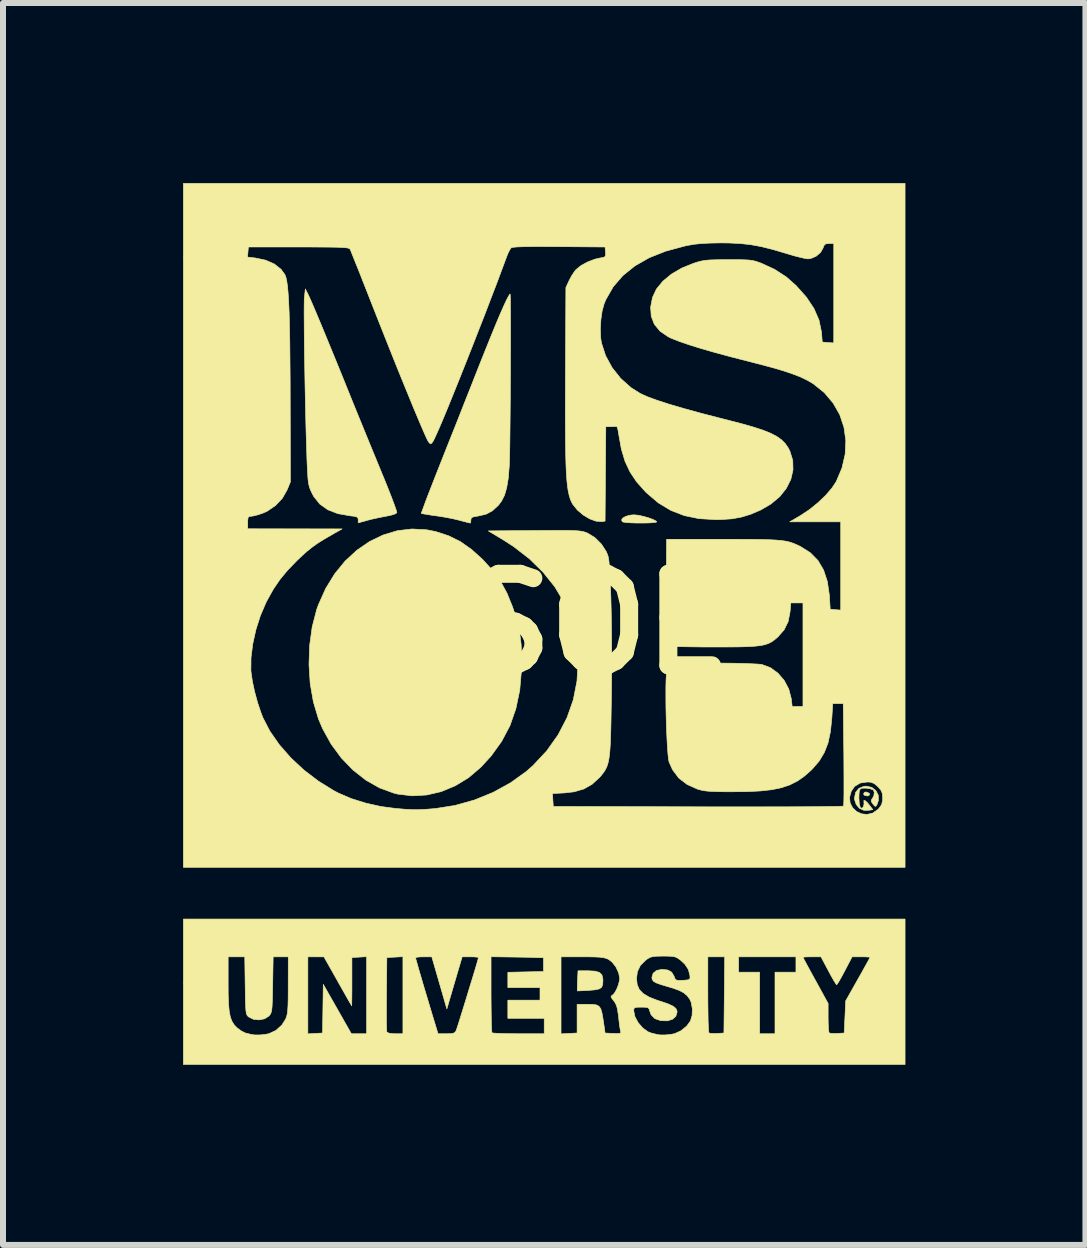
<source format=kicad_pcb>
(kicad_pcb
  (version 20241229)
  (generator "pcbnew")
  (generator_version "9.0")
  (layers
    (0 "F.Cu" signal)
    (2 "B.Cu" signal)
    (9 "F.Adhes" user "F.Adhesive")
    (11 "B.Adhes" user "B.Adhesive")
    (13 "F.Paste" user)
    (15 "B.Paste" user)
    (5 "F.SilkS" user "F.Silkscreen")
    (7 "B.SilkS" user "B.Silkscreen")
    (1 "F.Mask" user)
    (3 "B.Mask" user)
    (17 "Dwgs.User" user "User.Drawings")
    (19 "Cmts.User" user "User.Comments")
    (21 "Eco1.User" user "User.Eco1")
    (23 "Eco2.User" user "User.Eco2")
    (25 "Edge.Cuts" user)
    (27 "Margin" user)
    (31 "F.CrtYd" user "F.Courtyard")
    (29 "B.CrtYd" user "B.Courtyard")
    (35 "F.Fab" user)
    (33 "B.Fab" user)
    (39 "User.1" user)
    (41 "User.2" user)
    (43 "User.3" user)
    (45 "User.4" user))
  (footprint "MSOE"
    (layer "F.Cu")
    (at 6.017 7.345)
    (property "Reference" "MSOE" (at 0 0 0) (layer "F.SilkS") (effects (font (size 1.524 1.524) (thickness 0.3))))
    (attr through_hole)
    (fp_poly (pts (xy 5.412 2.819) (xy 5.423 2.844) (xy 5.401 2.863) (xy 5.377 2.866) (xy 5.331 2.853) (xy 5.321 2.83) (xy 5.339 2.803) (xy 5.368 2.801) (xy 5.412 2.819)) (stroke (width 0.01) (type solid)) (fill yes) (layer "F.SilkS"))
    (fp_poly (pts (xy 0.845 5.785) (xy 0.919 5.806) (xy 0.961 5.847) (xy 0.977 5.912) (xy 0.978 5.944) (xy 0.974 6.011) (xy 0.955 6.056) (xy 0.913 6.082) (xy 0.841 6.097) (xy 0.745 6.105) (xy 0.657 6.11) (xy 0.59 6.113) (xy 0.554 6.114) (xy 0.551 6.113) (xy 0.551 6.09) (xy 0.552 6.032) (xy 0.555 5.952) (xy 0.555 5.944) (xy 0.563 5.779) (xy 0.732 5.779) (xy 0.845 5.785)) (stroke (width 0.01) (type solid)) (fill yes) (layer "F.SilkS"))
    (fp_poly (pts (xy 1.565 -1.811) (xy 1.653 -1.792) (xy 1.741 -1.767) (xy 1.817 -1.739) (xy 1.866 -1.712) (xy 1.875 -1.702) (xy 1.86 -1.693) (xy 1.808 -1.687) (xy 1.731 -1.682) (xy 1.638 -1.681) (xy 1.54 -1.681) (xy 1.447 -1.684) (xy 1.37 -1.689) (xy 1.318 -1.697) (xy 1.305 -1.701) (xy 1.288 -1.731) (xy 1.308 -1.763) (xy 1.356 -1.791) (xy 1.425 -1.811) (xy 1.493 -1.818) (xy 1.565 -1.811)) (stroke (width 0.01) (type solid)) (fill yes) (layer "F.SilkS"))
    (fp_poly (pts (xy 5.457 2.723) (xy 5.525 2.776) (xy 5.565 2.852) (xy 5.568 2.94) (xy 5.545 3.009) (xy 5.525 3.039) (xy 5.507 3.035) (xy 5.477 3.001) (xy 5.449 2.959) (xy 5.452 2.929) (xy 5.466 2.911) (xy 5.492 2.863) (xy 5.499 2.808) (xy 5.486 2.768) (xy 5.48 2.764) (xy 5.429 2.746) (xy 5.359 2.736) (xy 5.296 2.737) (xy 5.284 2.74) (xy 5.261 2.756) (xy 5.248 2.792) (xy 5.244 2.86) (xy 5.243 2.901) (xy 5.249 2.994) (xy 5.264 3.053) (xy 5.286 3.074) (xy 5.314 3.052) (xy 5.316 3.05) (xy 5.329 3) (xy 5.327 2.977) (xy 5.326 2.941) (xy 5.347 2.944) (xy 5.388 2.982) (xy 5.414 3.015) (xy 5.475 3.094) (xy 5.423 3.103) (xy 5.357 3.107) (xy 5.322 3.104) (xy 5.252 3.072) (xy 5.198 3.008) (xy 5.17 2.925) (xy 5.169 2.901) (xy 5.188 2.807) (xy 5.243 2.74) (xy 5.327 2.706) (xy 5.365 2.703) (xy 5.457 2.723)) (stroke (width 0.01) (type solid)) (fill yes) (layer "F.SilkS"))
    (fp_poly (pts (xy -1.956 -1.568) (xy -1.809 -1.539) (xy -1.592 -1.468) (xy -1.396 -1.371) (xy -1.21 -1.24) (xy -1.025 -1.073) (xy -0.861 -0.892) (xy -0.728 -0.71) (xy -0.62 -0.512) (xy -0.528 -0.285) (xy -0.5 -0.202) (xy -0.444 -0.013) (xy -0.406 0.165) (xy -0.384 0.346) (xy -0.376 0.544) (xy -0.379 0.768) (xy -0.408 1.105) (xy -0.472 1.412) (xy -0.571 1.695) (xy -0.709 1.956) (xy -0.885 2.201) (xy -1.058 2.389) (xy -1.261 2.562) (xy -1.483 2.697) (xy -1.717 2.794) (xy -1.958 2.85) (xy -2.201 2.864) (xy -2.442 2.835) (xy -2.502 2.82) (xy -2.743 2.732) (xy -2.972 2.602) (xy -3.186 2.434) (xy -3.38 2.233) (xy -3.55 2.002) (xy -3.691 1.747) (xy -3.762 1.58) (xy -3.846 1.298) (xy -3.899 0.993) (xy -3.919 0.676) (xy -3.908 0.357) (xy -3.865 0.047) (xy -3.79 -0.242) (xy -3.762 -0.319) (xy -3.64 -0.591) (xy -3.491 -0.834) (xy -3.317 -1.047) (xy -3.122 -1.227) (xy -2.91 -1.373) (xy -2.683 -1.482) (xy -2.447 -1.553) (xy -2.203 -1.582) (xy -1.956 -1.568)) (stroke (width 0.01) (type solid)) (fill yes) (layer "F.SilkS"))
    (fp_poly (pts (xy -3.938 -5.499) (xy -3.911 -5.441) (xy -3.868 -5.344) (xy -3.81 -5.208) (xy -3.739 -5.039) (xy -3.656 -4.839) (xy -3.562 -4.61) (xy -3.458 -4.357) (xy -3.346 -4.081) (xy -3.276 -3.908) (xy -3.191 -3.697) (xy -3.093 -3.457) (xy -2.99 -3.205) (xy -2.887 -2.953) (xy -2.79 -2.718) (xy -2.725 -2.559) (xy -2.656 -2.392) (xy -2.594 -2.237) (xy -2.541 -2.102) (xy -2.499 -1.99) (xy -2.47 -1.908) (xy -2.456 -1.861) (xy -2.456 -1.852) (xy -2.482 -1.834) (xy -2.543 -1.814) (xy -2.625 -1.796) (xy -2.637 -1.794) (xy -2.75 -1.772) (xy -2.869 -1.746) (xy -2.954 -1.724) (xy -3.099 -1.684) (xy -3.099 -1.736) (xy -3.104 -1.766) (xy -3.127 -1.784) (xy -3.178 -1.795) (xy -3.233 -1.801) (xy -3.437 -1.837) (xy -3.604 -1.901) (xy -3.738 -1.996) (xy -3.839 -2.122) (xy -3.859 -2.159) (xy -3.889 -2.22) (xy -3.91 -2.274) (xy -3.925 -2.334) (xy -3.935 -2.409) (xy -3.942 -2.512) (xy -3.947 -2.612) (xy -3.953 -2.743) (xy -3.958 -2.905) (xy -3.964 -3.092) (xy -3.97 -3.299) (xy -3.975 -3.521) (xy -3.98 -3.752) (xy -3.985 -3.987) (xy -3.989 -4.222) (xy -3.993 -4.45) (xy -3.996 -4.667) (xy -3.998 -4.867) (xy -3.999 -5.046) (xy -4 -5.197) (xy -3.999 -5.316) (xy -3.998 -5.397) (xy -3.996 -5.429) (xy -3.98 -5.581) (xy -3.938 -5.499)) (stroke (width 0.01) (type solid)) (fill yes) (layer "F.SilkS"))
    (fp_poly (pts (xy -0.566 -5.478) (xy -0.564 -5.416) (xy -0.563 -5.318) (xy -0.562 -5.187) (xy -0.561 -5.028) (xy -0.561 -4.847) (xy -0.561 -4.648) (xy -0.562 -4.436) (xy -0.562 -4.215) (xy -0.564 -3.991) (xy -0.565 -3.767) (xy -0.567 -3.55) (xy -0.569 -3.343) (xy -0.571 -3.152) (xy -0.573 -2.981) (xy -0.576 -2.835) (xy -0.579 -2.719) (xy -0.582 -2.637) (xy -0.583 -2.622) (xy -0.599 -2.426) (xy -0.625 -2.27) (xy -0.661 -2.145) (xy -0.711 -2.046) (xy -0.762 -1.978) (xy -0.863 -1.885) (xy -0.969 -1.828) (xy -1.098 -1.798) (xy -1.106 -1.797) (xy -1.176 -1.785) (xy -1.211 -1.77) (xy -1.221 -1.743) (xy -1.222 -1.73) (xy -1.225 -1.69) (xy -1.233 -1.68) (xy -1.261 -1.687) (xy -1.321 -1.702) (xy -1.401 -1.723) (xy -1.41 -1.726) (xy -1.519 -1.752) (xy -1.647 -1.777) (xy -1.759 -1.795) (xy -1.854 -1.808) (xy -1.937 -1.821) (xy -1.991 -1.83) (xy -1.998 -1.831) (xy -2.049 -1.841) (xy -1.979 -2.033) (xy -1.951 -2.107) (xy -1.909 -2.215) (xy -1.856 -2.351) (xy -1.795 -2.507) (xy -1.729 -2.674) (xy -1.662 -2.843) (xy -1.585 -3.038) (xy -1.5 -3.25) (xy -1.414 -3.467) (xy -1.332 -3.676) (xy -1.258 -3.863) (xy -1.219 -3.961) (xy -1.093 -4.281) (xy -0.982 -4.559) (xy -0.886 -4.797) (xy -0.804 -4.997) (xy -0.735 -5.16) (xy -0.678 -5.29) (xy -0.633 -5.387) (xy -0.598 -5.454) (xy -0.574 -5.492) (xy -0.569 -5.498) (xy -0.566 -5.478)) (stroke (width 0.01) (type solid)) (fill yes) (layer "F.SilkS"))
    (fp_poly (pts (xy 6.012 7.34) (xy -6.012 7.34) (xy -6.012 5.546) (xy -5.266 5.546) (xy -5.266 5.985) (xy -5.265 6.179) (xy -5.259 6.333) (xy -5.248 6.453) (xy -5.23 6.546) (xy -5.204 6.618) (xy -5.168 6.676) (xy -5.122 6.725) (xy -5.114 6.732) (xy -5.05 6.779) (xy -4.987 6.812) (xy -4.969 6.818) (xy -4.914 6.831) (xy -4.882 6.84) (xy -4.823 6.848) (xy -4.739 6.848) (xy -4.65 6.839) (xy -4.586 6.827) (xy -4.469 6.772) (xy -4.37 6.682) (xy -4.308 6.584) (xy -4.293 6.546) (xy -4.282 6.501) (xy -4.274 6.442) (xy -4.269 6.362) (xy -4.266 6.253) (xy -4.265 6.109) (xy -4.265 6.018) (xy -4.264 5.546) (xy -3.938 5.546) (xy -3.938 6.83) (xy -3.816 6.823) (xy -3.693 6.816) (xy -3.681 6.005) (xy -3.447 6.416) (xy -3.213 6.828) (xy -2.959 6.828) (xy -2.959 6.477) (xy -2.629 6.477) (xy -2.629 6.606) (xy -2.627 6.707) (xy -2.625 6.773) (xy -2.623 6.798) (xy -2.591 6.817) (xy -2.519 6.827) (xy -2.482 6.828) (xy -2.354 6.828) (xy -2.354 5.561) (xy -2.144 5.561) (xy -2.137 5.588) (xy -2.119 5.652) (xy -2.092 5.749) (xy -2.056 5.871) (xy -2.015 6.012) (xy -1.969 6.165) (xy -1.921 6.326) (xy -1.873 6.486) (xy -1.838 6.601) (xy -1.769 6.828) (xy -1.63 6.828) (xy -1.55 6.826) (xy -1.504 6.816) (xy -1.479 6.796) (xy -1.468 6.775) (xy -1.456 6.742) (xy -1.433 6.672) (xy -1.402 6.574) (xy -1.365 6.454) (xy -1.323 6.319) (xy -1.279 6.176) (xy -1.278 6.171) (xy -0.886 6.171) (xy -0.885 6.337) (xy -0.883 6.488) (xy -0.881 6.617) (xy -0.878 6.718) (xy -0.874 6.785) (xy -0.87 6.812) (xy -0.87 6.812) (xy -0.843 6.817) (xy -0.777 6.821) (xy -0.679 6.825) (xy -0.558 6.827) (xy -0.427 6.828) (xy 0 6.828) (xy 0 6.571) (xy -0.606 6.571) (xy -0.606 6.268) (xy -0.07 6.268) (xy -0.07 6.059) (xy -0.606 6.059) (xy -0.606 5.804) (xy -0.012 5.791) (xy -0.012 5.558) (xy -0.449 5.551) (xy -0.815 5.546) (xy 0.28 5.546) (xy 0.28 6.83) (xy 0.414 6.823) (xy 0.548 6.816) (xy 0.548 6.338) (xy 0.715 6.338) (xy 0.803 6.339) (xy 0.867 6.347) (xy 0.911 6.369) (xy 0.941 6.41) (xy 0.962 6.479) (xy 0.98 6.582) (xy 0.996 6.688) (xy 1.014 6.816) (xy 1.151 6.823) (xy 1.228 6.825) (xy 1.267 6.819) (xy 1.277 6.805) (xy 1.275 6.798) (xy 1.266 6.758) (xy 1.255 6.689) (xy 1.248 6.627) (xy 1.234 6.506) (xy 1.224 6.444) (xy 1.491 6.444) (xy 1.511 6.542) (xy 1.565 6.643) (xy 1.641 6.731) (xy 1.729 6.795) (xy 1.789 6.818) (xy 1.844 6.831) (xy 1.876 6.84) (xy 1.935 6.848) (xy 2.019 6.848) (xy 2.108 6.839) (xy 2.172 6.827) (xy 2.279 6.778) (xy 2.374 6.7) (xy 2.436 6.616) (xy 2.464 6.523) (xy 2.468 6.412) (xy 2.449 6.306) (xy 2.425 6.252) (xy 2.381 6.193) (xy 2.325 6.146) (xy 2.249 6.106) (xy 2.141 6.067) (xy 2.056 6.042) (xy 1.942 6.008) (xy 1.867 5.981) (xy 1.822 5.955) (xy 1.8 5.926) (xy 1.794 5.89) (xy 1.794 5.889) (xy 1.815 5.82) (xy 1.872 5.774) (xy 1.957 5.756) (xy 1.963 5.756) (xy 2.059 5.766) (xy 2.122 5.801) (xy 2.161 5.865) (xy 2.164 5.873) (xy 2.181 5.915) (xy 2.205 5.935) (xy 2.249 5.94) (xy 2.312 5.938) (xy 2.383 5.932) (xy 2.419 5.922) (xy 2.43 5.899) (xy 2.428 5.861) (xy 2.402 5.758) (xy 2.344 5.67) (xy 2.276 5.606) (xy 2.229 5.571) (xy 2.187 5.55) (xy 2.169 5.546) (xy 2.726 5.546) (xy 2.726 6.171) (xy 2.727 6.338) (xy 2.729 6.489) (xy 2.731 6.618) (xy 2.735 6.719) (xy 2.739 6.786) (xy 2.743 6.813) (xy 2.743 6.813) (xy 2.774 6.822) (xy 2.835 6.824) (xy 2.877 6.823) (xy 2.994 6.816) (xy 3.001 6.181) (xy 3.007 5.546) (xy 3.239 5.546) (xy 3.239 5.802) (xy 3.589 5.802) (xy 3.589 6.828) (xy 3.845 6.828) (xy 3.845 5.802) (xy 4.194 5.802) (xy 4.194 5.554) (xy 4.311 5.554) (xy 4.322 5.576) (xy 4.352 5.632) (xy 4.397 5.716) (xy 4.454 5.821) (xy 4.52 5.941) (xy 4.521 5.942) (xy 4.73 6.323) (xy 4.73 6.56) (xy 4.732 6.661) (xy 4.736 6.744) (xy 4.742 6.798) (xy 4.747 6.813) (xy 4.778 6.822) (xy 4.839 6.824) (xy 4.881 6.823) (xy 4.998 6.816) (xy 5.023 6.28) (xy 5.226 5.92) (xy 5.292 5.804) (xy 5.348 5.702) (xy 5.393 5.622) (xy 5.421 5.57) (xy 5.43 5.553) (xy 5.408 5.55) (xy 5.353 5.547) (xy 5.28 5.546) (xy 5.13 5.546) (xy 5.008 5.779) (xy 4.958 5.872) (xy 4.916 5.947) (xy 4.885 5.996) (xy 4.872 6.012) (xy 4.857 5.993) (xy 4.824 5.94) (xy 4.78 5.863) (xy 4.735 5.779) (xy 4.611 5.546) (xy 4.461 5.546) (xy 4.384 5.547) (xy 4.33 5.55) (xy 4.311 5.554) (xy 4.194 5.554) (xy 4.194 5.546) (xy 3.239 5.546) (xy 3.007 5.546) (xy 2.726 5.546) (xy 2.169 5.546) (xy 2.137 5.539) (xy 2.063 5.535) (xy 1.983 5.534) (xy 1.881 5.536) (xy 1.813 5.542) (xy 1.764 5.555) (xy 1.722 5.579) (xy 1.693 5.6) (xy 1.602 5.69) (xy 1.552 5.795) (xy 1.538 5.908) (xy 1.549 6.009) (xy 1.584 6.091) (xy 1.65 6.159) (xy 1.75 6.218) (xy 1.89 6.273) (xy 1.946 6.29) (xy 2.066 6.331) (xy 2.147 6.369) (xy 2.194 6.407) (xy 2.213 6.45) (xy 2.214 6.465) (xy 2.193 6.537) (xy 2.137 6.587) (xy 2.051 6.613) (xy 1.944 6.61) (xy 1.942 6.61) (xy 1.844 6.576) (xy 1.781 6.512) (xy 1.759 6.452) (xy 1.747 6.414) (xy 1.726 6.393) (xy 1.681 6.386) (xy 1.618 6.385) (xy 1.545 6.386) (xy 1.507 6.395) (xy 1.493 6.415) (xy 1.491 6.444) (xy 1.224 6.444) (xy 1.221 6.42) (xy 1.205 6.361) (xy 1.185 6.317) (xy 1.158 6.278) (xy 1.153 6.272) (xy 1.118 6.226) (xy 1.114 6.201) (xy 1.131 6.19) (xy 1.166 6.157) (xy 1.203 6.095) (xy 1.234 6.018) (xy 1.254 5.942) (xy 1.258 5.906) (xy 1.24 5.812) (xy 1.194 5.714) (xy 1.129 5.632) (xy 1.072 5.589) (xy 1.033 5.572) (xy 0.985 5.56) (xy 0.92 5.552) (xy 0.829 5.548) (xy 0.703 5.546) (xy 0.635 5.546) (xy 0.28 5.546) (xy -0.815 5.546) (xy -0.886 5.545) (xy -0.886 6.171) (xy -1.278 6.171) (xy -1.236 6.033) (xy -1.194 5.897) (xy -1.157 5.774) (xy -1.127 5.673) (xy -1.106 5.599) (xy -1.096 5.561) (xy -1.095 5.558) (xy -1.116 5.552) (xy -1.171 5.547) (xy -1.231 5.546) (xy -1.367 5.546) (xy -1.495 5.98) (xy -1.622 6.414) (xy -1.873 5.546) (xy -2.008 5.546) (xy -2.081 5.548) (xy -2.13 5.555) (xy -2.144 5.561) (xy -2.354 5.561) (xy -2.354 5.544) (xy -2.488 5.551) (xy -2.622 5.558) (xy -2.628 6.163) (xy -2.629 6.328) (xy -2.629 6.477) (xy -2.959 6.477) (xy -2.959 5.544) (xy -3.082 5.551) (xy -3.204 5.558) (xy -3.204 5.96) (xy -3.204 6.091) (xy -3.205 6.204) (xy -3.206 6.292) (xy -3.207 6.346) (xy -3.207 6.362) (xy -3.219 6.342) (xy -3.251 6.289) (xy -3.298 6.206) (xy -3.357 6.101) (xy -3.426 5.98) (xy -3.44 5.954) (xy -3.67 5.547) (xy -3.938 5.546) (xy -4.264 5.546) (xy -4.516 5.546) (xy -4.524 6.01) (xy -4.527 6.169) (xy -4.53 6.287) (xy -4.534 6.373) (xy -4.54 6.432) (xy -4.549 6.472) (xy -4.561 6.5) (xy -4.578 6.522) (xy -4.589 6.535) (xy -4.66 6.579) (xy -4.751 6.597) (xy -4.844 6.587) (xy -4.92 6.55) (xy -4.939 6.534) (xy -4.953 6.515) (xy -4.963 6.486) (xy -4.97 6.441) (xy -4.974 6.374) (xy -4.978 6.278) (xy -4.98 6.147) (xy -4.982 6.026) (xy -4.989 5.546) (xy -5.266 5.546) (xy -6.012 5.546) (xy -6.012 4.917) (xy 6.012 4.917) (xy 6.012 7.34)) (stroke (width 0.01) (type solid)) (fill yes) (layer "F.SilkS"))
    (fp_poly (pts (xy 6.012 4.055) (xy -6.012 4.055) (xy -6.012 -6.112) (xy -4.943 -6.112) (xy -4.809 -6.096) (xy -4.64 -6.06) (xy -4.497 -5.997) (xy -4.385 -5.909) (xy -4.319 -5.818) (xy -4.303 -5.774) (xy -4.289 -5.709) (xy -4.276 -5.618) (xy -4.266 -5.5) (xy -4.257 -5.351) (xy -4.249 -5.171) (xy -4.244 -4.956) (xy -4.239 -4.704) (xy -4.236 -4.412) (xy -4.233 -4.078) (xy -4.232 -3.763) (xy -4.229 -2.365) (xy -4.283 -2.234) (xy -4.363 -2.093) (xy -4.479 -1.971) (xy -4.619 -1.876) (xy -4.692 -1.844) (xy -4.774 -1.817) (xy -4.846 -1.799) (xy -4.883 -1.794) (xy -4.918 -1.79) (xy -4.935 -1.768) (xy -4.94 -1.717) (xy -4.94 -1.689) (xy -4.94 -1.585) (xy -4.154 -1.584) (xy -3.367 -1.583) (xy -3.507 -1.504) (xy -3.654 -1.419) (xy -3.772 -1.346) (xy -3.87 -1.276) (xy -3.962 -1.202) (xy -4.058 -1.114) (xy -4.126 -1.049) (xy -4.281 -0.888) (xy -4.406 -0.736) (xy -4.514 -0.577) (xy -4.614 -0.397) (xy -4.637 -0.352) (xy -4.729 -0.138) (xy -4.803 0.095) (xy -4.856 0.333) (xy -4.885 0.563) (xy -4.887 0.773) (xy -4.884 0.805) (xy -4.862 0.957) (xy -4.824 1.133) (xy -4.774 1.316) (xy -4.716 1.487) (xy -4.687 1.562) (xy -4.57 1.788) (xy -4.413 2.013) (xy -4.222 2.231) (xy -4.003 2.435) (xy -3.762 2.619) (xy -3.505 2.778) (xy -3.425 2.82) (xy -3.215 2.91) (xy -2.975 2.985) (xy -2.721 3.042) (xy -2.478 3.074) (xy -2.327 3.087) (xy -2.206 3.094) (xy -2.099 3.095) (xy -1.989 3.09) (xy -1.861 3.08) (xy -1.813 3.076) (xy -1.485 3.024) (xy -1.161 2.933) (xy -0.85 2.806) (xy -0.561 2.647) (xy -0.299 2.459) (xy -0.188 2.361) (xy 0.043 2.114) (xy 0.232 1.847) (xy 0.38 1.562) (xy 0.485 1.263) (xy 0.546 0.952) (xy 0.564 0.633) (xy 0.537 0.308) (xy 0.464 -0.019) (xy 0.438 -0.101) (xy 0.328 -0.365) (xy 0.175 -0.62) (xy -0.018 -0.861) (xy -0.246 -1.085) (xy -0.507 -1.287) (xy -0.661 -1.387) (xy -0.931 -1.55) (xy -0.162 -1.556) (xy 0.048 -1.557) (xy 0.217 -1.558) (xy 0.351 -1.558) (xy 0.454 -1.556) (xy 0.532 -1.553) (xy 0.591 -1.548) (xy 0.635 -1.541) (xy 0.671 -1.532) (xy 0.704 -1.52) (xy 0.724 -1.512) (xy 0.846 -1.437) (xy 0.954 -1.329) (xy 1.036 -1.201) (xy 1.063 -1.133) (xy 1.075 -1.072) (xy 1.086 -0.969) (xy 1.095 -0.828) (xy 1.103 -0.653) (xy 1.11 -0.447) (xy 1.116 -0.217) (xy 1.12 0.035) (xy 1.123 0.305) (xy 1.124 0.587) (xy 1.123 0.879) (xy 1.12 1.175) (xy 1.116 1.421) (xy 1.112 1.657) (xy 1.107 1.85) (xy 1.101 2.008) (xy 1.092 2.134) (xy 1.08 2.235) (xy 1.064 2.315) (xy 1.043 2.38) (xy 1.016 2.435) (xy 0.982 2.485) (xy 0.941 2.536) (xy 0.919 2.56) (xy 0.797 2.672) (xy 0.659 2.75) (xy 0.498 2.797) (xy 0.343 2.815) (xy 0.138 2.826) (xy 0.144 2.934) (xy 0.151 3.041) (xy 2.562 3.047) (xy 2.893 3.048) (xy 3.211 3.048) (xy 3.513 3.048) (xy 3.795 3.047) (xy 4.055 3.047) (xy 4.29 3.046) (xy 4.496 3.045) (xy 4.67 3.043) (xy 4.809 3.041) (xy 4.91 3.039) (xy 4.97 3.037) (xy 4.987 3.035) (xy 4.99 3.009) (xy 4.992 2.941) (xy 4.993 2.89) (xy 5.087 2.89) (xy 5.097 2.984) (xy 5.139 3.064) (xy 5.205 3.126) (xy 5.288 3.164) (xy 5.379 3.174) (xy 5.473 3.152) (xy 5.56 3.091) (xy 5.575 3.076) (xy 5.62 3.013) (xy 5.638 2.942) (xy 5.639 2.898) (xy 5.633 2.824) (xy 5.609 2.768) (xy 5.56 2.712) (xy 5.499 2.66) (xy 5.441 2.637) (xy 5.384 2.633) (xy 5.264 2.651) (xy 5.173 2.706) (xy 5.116 2.786) (xy 5.087 2.89) (xy 4.993 2.89) (xy 4.994 2.837) (xy 4.994 2.703) (xy 4.994 2.543) (xy 4.993 2.363) (xy 4.992 2.173) (xy 4.982 1.328) (xy 4.807 1.328) (xy 4.792 1.567) (xy 4.769 1.792) (xy 4.729 1.981) (xy 4.667 2.142) (xy 4.582 2.284) (xy 4.468 2.416) (xy 4.441 2.443) (xy 4.329 2.541) (xy 4.215 2.62) (xy 4.091 2.682) (xy 3.952 2.729) (xy 3.791 2.762) (xy 3.602 2.783) (xy 3.379 2.794) (xy 3.159 2.796) (xy 2.99 2.796) (xy 2.86 2.793) (xy 2.76 2.789) (xy 2.684 2.782) (xy 2.623 2.771) (xy 2.569 2.757) (xy 2.555 2.753) (xy 2.381 2.675) (xy 2.242 2.568) (xy 2.138 2.429) (xy 2.081 2.302) (xy 2.07 2.25) (xy 2.061 2.159) (xy 2.052 2.036) (xy 2.044 1.889) (xy 2.037 1.727) (xy 2.032 1.555) (xy 2.028 1.382) (xy 2.027 1.216) (xy 2.027 1.064) (xy 2.03 0.933) (xy 2.036 0.832) (xy 2.038 0.806) (xy 2.054 0.652) (xy 2.785 0.652) (xy 2.981 0.653) (xy 3.163 0.655) (xy 3.324 0.659) (xy 3.458 0.664) (xy 3.559 0.669) (xy 3.622 0.675) (xy 3.629 0.677) (xy 3.769 0.729) (xy 3.894 0.82) (xy 3.998 0.941) (xy 4.074 1.084) (xy 4.115 1.241) (xy 4.117 1.253) (xy 4.131 1.375) (xy 4.311 1.375) (xy 4.311 -0.35) (xy 4.108 -0.35) (xy 4.096 -0.203) (xy 4.065 -0.041) (xy 3.998 0.097) (xy 3.891 0.219) (xy 3.881 0.227) (xy 3.832 0.268) (xy 3.785 0.301) (xy 3.733 0.327) (xy 3.672 0.347) (xy 3.596 0.362) (xy 3.5 0.372) (xy 3.378 0.379) (xy 3.224 0.383) (xy 3.035 0.384) (xy 2.831 0.384) (xy 2.651 0.384) (xy 2.484 0.382) (xy 2.337 0.38) (xy 2.216 0.377) (xy 2.127 0.374) (xy 2.077 0.369) (xy 2.068 0.368) (xy 2.057 0.361) (xy 2.049 0.347) (xy 2.042 0.321) (xy 2.037 0.28) (xy 2.034 0.218) (xy 2.032 0.131) (xy 2.031 0.016) (xy 2.031 -0.134) (xy 2.032 -0.322) (xy 2.033 -0.53) (xy 2.039 -1.41) (xy 2.983 -1.41) (xy 3.232 -1.41) (xy 3.44 -1.409) (xy 3.611 -1.407) (xy 3.75 -1.403) (xy 3.863 -1.397) (xy 3.954 -1.389) (xy 4.029 -1.378) (xy 4.092 -1.363) (xy 4.148 -1.344) (xy 4.203 -1.321) (xy 4.262 -1.293) (xy 4.269 -1.29) (xy 4.432 -1.187) (xy 4.56 -1.058) (xy 4.654 -0.899) (xy 4.717 -0.708) (xy 4.75 -0.483) (xy 4.751 -0.466) (xy 4.765 -0.245) (xy 4.853 -0.237) (xy 4.94 -0.23) (xy 4.94 -1.701) (xy 4.091 -1.701) (xy 4.272 -1.807) (xy 4.417 -1.903) (xy 4.558 -2.017) (xy 4.687 -2.14) (xy 4.793 -2.263) (xy 4.865 -2.371) (xy 4.961 -2.598) (xy 5.014 -2.827) (xy 5.025 -3.055) (xy 4.994 -3.276) (xy 4.924 -3.486) (xy 4.814 -3.679) (xy 4.667 -3.853) (xy 4.483 -4.001) (xy 4.47 -4.009) (xy 4.378 -4.062) (xy 4.271 -4.114) (xy 4.141 -4.164) (xy 3.985 -4.217) (xy 3.797 -4.272) (xy 3.571 -4.332) (xy 3.414 -4.372) (xy 3.119 -4.448) (xy 2.851 -4.52) (xy 2.615 -4.588) (xy 2.412 -4.651) (xy 2.247 -4.708) (xy 2.122 -4.757) (xy 2.066 -4.784) (xy 1.93 -4.877) (xy 1.835 -4.992) (xy 1.783 -5.126) (xy 1.773 -5.278) (xy 1.804 -5.439) (xy 1.869 -5.578) (xy 1.976 -5.709) (xy 2.118 -5.827) (xy 2.292 -5.929) (xy 2.48 -6.005) (xy 2.553 -6.029) (xy 2.618 -6.046) (xy 2.684 -6.057) (xy 2.761 -6.064) (xy 2.861 -6.067) (xy 2.992 -6.069) (xy 3.064 -6.069) (xy 3.212 -6.069) (xy 3.322 -6.067) (xy 3.404 -6.063) (xy 3.468 -6.055) (xy 3.524 -6.042) (xy 3.579 -6.023) (xy 3.618 -6.009) (xy 3.839 -5.907) (xy 4.032 -5.782) (xy 4.194 -5.639) (xy 4.366 -5.447) (xy 4.494 -5.255) (xy 4.578 -5.062) (xy 4.619 -4.864) (xy 4.622 -4.833) (xy 4.632 -4.696) (xy 4.728 -4.688) (xy 4.824 -4.681) (xy 4.824 -6.338) (xy 4.745 -6.338) (xy 4.689 -6.332) (xy 4.66 -6.303) (xy 4.646 -6.263) (xy 4.603 -6.188) (xy 4.53 -6.126) (xy 4.442 -6.088) (xy 4.394 -6.082) (xy 4.345 -6.089) (xy 4.263 -6.108) (xy 4.157 -6.135) (xy 4.04 -6.17) (xy 4.02 -6.176) (xy 3.803 -6.24) (xy 3.614 -6.287) (xy 3.439 -6.319) (xy 3.263 -6.338) (xy 3.072 -6.347) (xy 2.936 -6.348) (xy 2.764 -6.345) (xy 2.625 -6.338) (xy 2.504 -6.326) (xy 2.387 -6.306) (xy 2.342 -6.296) (xy 2.026 -6.211) (xy 1.749 -6.101) (xy 1.511 -5.965) (xy 1.311 -5.804) (xy 1.15 -5.618) (xy 1.029 -5.407) (xy 0.998 -5.334) (xy 0.965 -5.214) (xy 0.944 -5.067) (xy 0.935 -4.911) (xy 0.941 -4.765) (xy 0.953 -4.683) (xy 1.022 -4.471) (xy 1.131 -4.27) (xy 1.274 -4.09) (xy 1.445 -3.937) (xy 1.599 -3.84) (xy 1.714 -3.787) (xy 1.875 -3.728) (xy 2.08 -3.661) (xy 2.33 -3.588) (xy 2.624 -3.507) (xy 2.962 -3.42) (xy 3.041 -3.4) (xy 3.281 -3.338) (xy 3.479 -3.282) (xy 3.64 -3.23) (xy 3.77 -3.178) (xy 3.873 -3.125) (xy 3.953 -3.068) (xy 4.015 -3.006) (xy 4.064 -2.935) (xy 4.093 -2.879) (xy 4.141 -2.724) (xy 4.145 -2.566) (xy 4.109 -2.409) (xy 4.034 -2.259) (xy 3.923 -2.12) (xy 3.777 -1.998) (xy 3.606 -1.898) (xy 3.44 -1.827) (xy 3.286 -1.78) (xy 3.127 -1.751) (xy 2.947 -1.739) (xy 2.855 -1.738) (xy 2.58 -1.754) (xy 2.333 -1.805) (xy 2.109 -1.892) (xy 1.901 -2.017) (xy 1.705 -2.184) (xy 1.686 -2.203) (xy 1.542 -2.364) (xy 1.431 -2.529) (xy 1.346 -2.71) (xy 1.285 -2.915) (xy 1.242 -3.154) (xy 1.24 -3.169) (xy 1.228 -3.238) (xy 1.214 -3.282) (xy 1.206 -3.292) (xy 1.173 -3.288) (xy 1.115 -3.286) (xy 1.107 -3.286) (xy 1.026 -3.286) (xy 1.014 -1.713) (xy 0.958 -1.705) (xy 0.863 -1.712) (xy 0.756 -1.751) (xy 0.648 -1.816) (xy 0.551 -1.899) (xy 0.476 -1.993) (xy 0.453 -2.035) (xy 0.433 -2.084) (xy 0.416 -2.141) (xy 0.401 -2.208) (xy 0.388 -2.289) (xy 0.378 -2.387) (xy 0.369 -2.505) (xy 0.363 -2.647) (xy 0.358 -2.816) (xy 0.355 -3.016) (xy 0.353 -3.249) (xy 0.352 -3.519) (xy 0.353 -3.829) (xy 0.354 -4.148) (xy 0.361 -5.604) (xy 0.415 -5.721) (xy 0.458 -5.802) (xy 0.508 -5.877) (xy 0.531 -5.904) (xy 0.614 -5.971) (xy 0.724 -6.031) (xy 0.845 -6.077) (xy 0.927 -6.096) (xy 0.99 -6.107) (xy 1.018 -6.125) (xy 1.023 -6.162) (xy 1.021 -6.196) (xy 1.014 -6.28) (xy 0.247 -6.286) (xy 0.007 -6.287) (xy -0.188 -6.287) (xy -0.34 -6.285) (xy -0.45 -6.281) (xy -0.519 -6.275) (xy -0.549 -6.267) (xy -0.549 -6.267) (xy -0.575 -6.231) (xy -0.606 -6.169) (xy -0.62 -6.133) (xy -0.7 -5.919) (xy -0.789 -5.68) (xy -0.888 -5.423) (xy -0.991 -5.153) (xy -1.099 -4.878) (xy -1.207 -4.601) (xy -1.314 -4.331) (xy -1.417 -4.072) (xy -1.514 -3.831) (xy -1.602 -3.614) (xy -1.68 -3.426) (xy -1.744 -3.275) (xy -1.76 -3.239) (xy -1.81 -3.127) (xy -1.846 -3.052) (xy -1.873 -3.012) (xy -1.894 -3.001) (xy -1.914 -3.015) (xy -1.936 -3.046) (xy -1.958 -3.09) (xy -1.996 -3.174) (xy -2.048 -3.294) (xy -2.112 -3.445) (xy -2.187 -3.624) (xy -2.27 -3.827) (xy -2.361 -4.049) (xy -2.458 -4.288) (xy -2.558 -4.538) (xy -2.661 -4.797) (xy -2.765 -5.059) (xy -2.865 -5.313) (xy -2.941 -5.507) (xy -3.013 -5.689) (xy -3.077 -5.853) (xy -3.134 -5.994) (xy -3.18 -6.109) (xy -3.213 -6.192) (xy -3.232 -6.238) (xy -3.236 -6.245) (xy -3.247 -6.254) (xy -3.27 -6.262) (xy -3.309 -6.268) (xy -3.37 -6.272) (xy -3.457 -6.276) (xy -3.573 -6.278) (xy -3.724 -6.279) (xy -3.914 -6.28) (xy -4.092 -6.28) (xy -4.929 -6.28) (xy -4.936 -6.196) (xy -4.943 -6.112) (xy -6.012 -6.112) (xy -6.012 -7.34) (xy 6.012 -7.34) (xy 6.012 4.055)) (stroke (width 0.01) (type solid)) (fill yes) (layer "F.SilkS")))
  (gr_rect
    (start -3 -3)
    (end 15.034 17.691)
    (stroke (width 0.1) (type default))
    (fill no)
    (layer "Edge.Cuts")))
</source>
